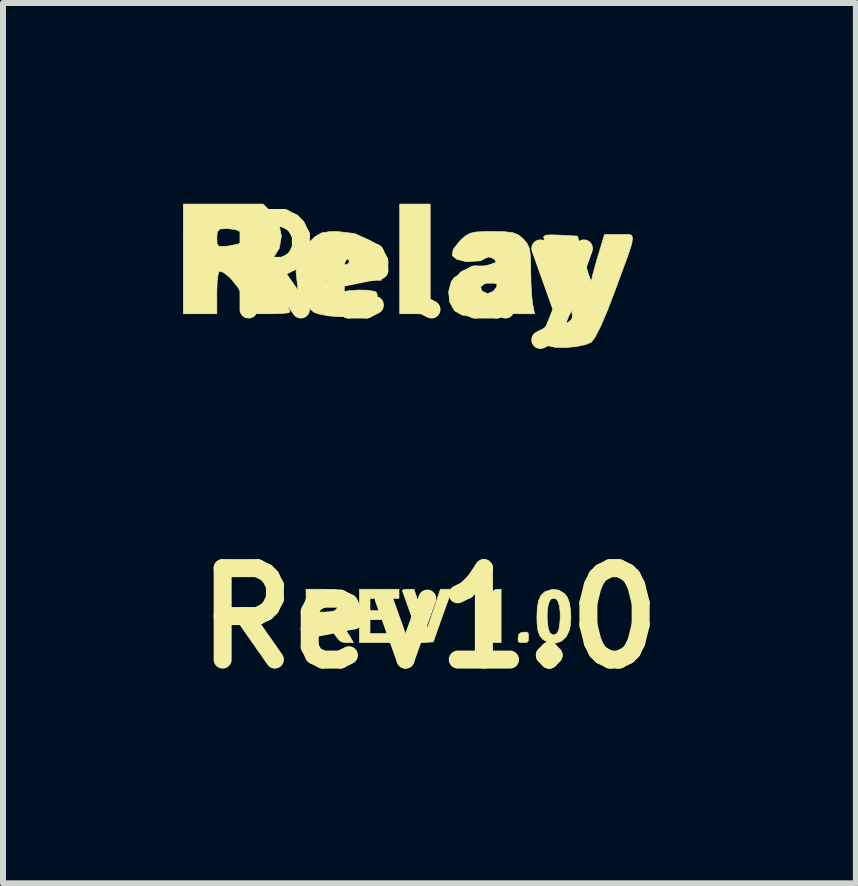
<source format=kicad_pcb>
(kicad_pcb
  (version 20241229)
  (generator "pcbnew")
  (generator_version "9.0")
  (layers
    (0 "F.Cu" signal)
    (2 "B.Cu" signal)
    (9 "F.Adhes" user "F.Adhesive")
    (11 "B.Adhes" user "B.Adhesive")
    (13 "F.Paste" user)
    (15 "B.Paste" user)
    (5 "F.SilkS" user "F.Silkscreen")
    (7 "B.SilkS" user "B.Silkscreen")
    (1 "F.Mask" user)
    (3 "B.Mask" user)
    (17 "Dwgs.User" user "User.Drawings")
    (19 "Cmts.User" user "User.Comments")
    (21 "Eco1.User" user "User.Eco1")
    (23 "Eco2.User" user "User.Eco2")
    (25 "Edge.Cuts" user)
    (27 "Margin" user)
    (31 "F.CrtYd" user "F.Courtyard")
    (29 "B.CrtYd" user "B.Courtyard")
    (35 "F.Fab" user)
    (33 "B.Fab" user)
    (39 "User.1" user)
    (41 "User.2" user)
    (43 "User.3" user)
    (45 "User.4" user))
  (footprint "Relay"
    (layer "F.Cu")
    (at 3.815 1.418)
    (property "Reference" "Relay" (at 0 0 0) (layer "F.SilkS") (effects (font (size 1.524 1.524) (thickness 0.3))))
    (attr through_hole)
    (fp_poly (pts (xy 0.305 0.762) (xy -0.203 0.762) (xy -0.203 -1.067) (xy 0.305 -1.067) (xy 0.305 0.762)) (stroke (width 0.01) (type solid)) (fill yes) (layer "F.SilkS"))
    (fp_poly (pts (xy -0.952 -0.575) (xy -0.729 -0.473) (xy -0.582 -0.305) (xy -0.513 -0.074) (xy -0.508 0.023) (xy -0.508 0.203) (xy -0.971 0.203) (xy -1.435 0.203) (xy -1.356 0.318) (xy -1.277 0.394) (xy -1.211 0.41) (xy -1.069 0.38) (xy -0.899 0.366) (xy -0.738 0.369) (xy -0.622 0.388) (xy -0.592 0.404) (xy -0.575 0.459) (xy -0.625 0.54) (xy -0.723 0.638) (xy -0.845 0.74) (xy -0.953 0.792) (xy -1.092 0.81) (xy -1.206 0.811) (xy -1.395 0.796) (xy -1.563 0.762) (xy -1.638 0.733) (xy -1.801 0.589) (xy -1.898 0.367) (xy -1.93 0.073) (xy -1.924 -0.1) (xy -1.919 -0.122) (xy -1.372 -0.122) (xy -1.325 -0.068) (xy -1.195 -0.051) (xy -1.077 -0.062) (xy -1.042 -0.1) (xy -1.047 -0.123) (xy -1.116 -0.203) (xy -1.218 -0.233) (xy -1.314 -0.214) (xy -1.369 -0.146) (xy -1.372 -0.122) (xy -1.919 -0.122) (xy -1.893 -0.217) (xy -1.82 -0.322) (xy -1.733 -0.412) (xy -1.61 -0.527) (xy -1.506 -0.586) (xy -1.377 -0.607) (xy -1.248 -0.61) (xy -0.952 -0.575)) (stroke (width 0.01) (type solid)) (fill yes) (layer "F.SilkS"))
    (fp_poly (pts (xy -2.333 -0.918) (xy -2.217 -0.74) (xy -2.175 -0.533) (xy -2.21 -0.331) (xy -2.309 -0.175) (xy -2.411 -0.09) (xy -2.494 -0.05) (xy -2.5 -0.049) (xy -2.524 -0.031) (xy -2.481 0.002) (xy -2.424 0.062) (xy -2.338 0.184) (xy -2.238 0.338) (xy -2.143 0.498) (xy -2.069 0.636) (xy -2.033 0.723) (xy -2.032 0.732) (xy -2.078 0.748) (xy -2.199 0.758) (xy -2.354 0.762) (xy -2.675 0.762) (xy -2.796 0.503) (xy -2.902 0.318) (xy -3.023 0.167) (xy -3.14 0.072) (xy -3.207 0.051) (xy -3.229 0.097) (xy -3.245 0.22) (xy -3.251 0.392) (xy -3.251 0.406) (xy -3.251 0.762) (xy -3.81 0.762) (xy -3.81 -0.501) (xy -3.251 -0.501) (xy -3.246 -0.402) (xy -3.211 -0.361) (xy -3.117 -0.361) (xy -3.042 -0.37) (xy -2.896 -0.401) (xy -2.791 -0.444) (xy -2.775 -0.457) (xy -2.759 -0.525) (xy -2.821 -0.591) (xy -2.938 -0.641) (xy -3.083 -0.66) (xy -3.198 -0.651) (xy -3.244 -0.602) (xy -3.251 -0.501) (xy -3.81 -0.501) (xy -3.81 -1.067) (xy -2.481 -1.067) (xy -2.333 -0.918)) (stroke (width 0.01) (type solid)) (fill yes) (layer "F.SilkS"))
    (fp_poly (pts (xy 3.622 -0.56) (xy 3.663 -0.544) (xy 3.678 -0.5) (xy 3.666 -0.416) (xy 3.625 -0.28) (xy 3.553 -0.08) (xy 3.451 0.197) (xy 3.374 0.406) (xy 3.256 0.714) (xy 3.15 0.962) (xy 3.061 1.138) (xy 2.997 1.229) (xy 2.994 1.232) (xy 2.892 1.277) (xy 2.735 1.308) (xy 2.558 1.325) (xy 2.397 1.322) (xy 2.287 1.299) (xy 2.269 1.287) (xy 2.246 1.217) (xy 2.235 1.093) (xy 2.235 1.08) (xy 2.242 0.964) (xy 2.28 0.925) (xy 2.373 0.937) (xy 2.376 0.937) (xy 2.537 0.933) (xy 2.616 0.896) (xy 2.655 0.862) (xy 2.674 0.82) (xy 2.669 0.753) (xy 2.638 0.643) (xy 2.575 0.474) (xy 2.479 0.227) (xy 2.477 0.221) (xy 2.383 -0.015) (xy 2.302 -0.224) (xy 2.24 -0.382) (xy 2.206 -0.469) (xy 2.205 -0.473) (xy 2.196 -0.524) (xy 2.231 -0.549) (xy 2.331 -0.554) (xy 2.466 -0.549) (xy 2.76 -0.533) (xy 2.874 -0.127) (xy 2.926 0.048) (xy 2.966 0.169) (xy 2.99 0.217) (xy 2.993 0.211) (xy 3.009 0.131) (xy 3.048 -0.015) (xy 3.1 -0.197) (xy 3.104 -0.208) (xy 3.21 -0.559) (xy 3.463 -0.559) (xy 3.554 -0.561) (xy 3.622 -0.56)) (stroke (width 0.01) (type solid)) (fill yes) (layer "F.SilkS"))
    (fp_poly (pts (xy 1.549 -0.606) (xy 1.682 -0.59) (xy 1.772 -0.555) (xy 1.848 -0.493) (xy 1.857 -0.485) (xy 1.92 -0.41) (xy 1.958 -0.326) (xy 1.976 -0.204) (xy 1.981 -0.015) (xy 1.981 0.042) (xy 1.985 0.258) (xy 1.996 0.454) (xy 2.011 0.592) (xy 2.013 0.603) (xy 2.045 0.762) (xy 1.789 0.762) (xy 1.625 0.751) (xy 1.528 0.72) (xy 1.512 0.702) (xy 1.469 0.675) (xy 1.374 0.724) (xy 1.37 0.727) (xy 1.208 0.795) (xy 1.015 0.812) (xy 0.832 0.781) (xy 0.711 0.711) (xy 0.63 0.568) (xy 0.612 0.392) (xy 0.633 0.314) (xy 1.145 0.314) (xy 1.166 0.378) (xy 1.169 0.382) (xy 1.258 0.427) (xy 1.358 0.386) (xy 1.426 0.299) (xy 1.45 0.224) (xy 1.401 0.203) (xy 1.395 0.203) (xy 1.285 0.227) (xy 1.213 0.258) (xy 1.145 0.314) (xy 0.633 0.314) (xy 0.656 0.227) (xy 0.705 0.159) (xy 0.807 0.094) (xy 0.967 0.03) (xy 1.073 0.000127) (xy 1.28 -0.052) (xy 1.4 -0.094) (xy 1.445 -0.133) (xy 1.427 -0.176) (xy 1.406 -0.196) (xy 1.331 -0.229) (xy 1.252 -0.178) (xy 1.251 -0.177) (xy 1.143 -0.121) (xy 0.965 -0.11) (xy 0.928 -0.111) (xy 0.753 -0.143) (xy 0.673 -0.208) (xy 0.688 -0.31) (xy 0.797 -0.449) (xy 0.805 -0.457) (xy 0.891 -0.535) (xy 0.973 -0.581) (xy 1.084 -0.603) (xy 1.253 -0.609) (xy 1.345 -0.61) (xy 1.549 -0.606)) (stroke (width 0.01) (type solid)) (fill yes) (layer "F.SilkS")))
  (footprint "Rev1.0"
    (layer "F.Cu")
    (at 4.108 7.254)
    (property "Reference" "Rev1.0" (at 0 0 0) (layer "F.SilkS") (effects (font (size 1.524 1.524) (thickness 0.3))))
    (attr through_hole)
    (fp_poly (pts (xy -0.508 -0.33) (xy -0.991 -0.33) (xy -0.991 -0.127) (xy -0.559 -0.127) (xy -0.559 0.025) (xy -0.991 0.025) (xy -0.991 0.254) (xy -0.508 0.254) (xy -0.508 0.406) (xy -1.168 0.406) (xy -1.168 -0.483) (xy -0.508 -0.483) (xy -0.508 -0.33)) (stroke (width 0.01) (type solid)) (fill yes) (layer "F.SilkS"))
    (fp_poly (pts (xy 1.646 0.251) (xy 1.651 0.305) (xy 1.651 0.316) (xy 1.647 0.376) (xy 1.626 0.401) (xy 1.571 0.406) (xy 1.56 0.406) (xy 1.501 0.403) (xy 1.477 0.384) (xy 1.477 0.334) (xy 1.478 0.324) (xy 1.49 0.266) (xy 1.523 0.241) (xy 1.568 0.233) (xy 1.623 0.232) (xy 1.646 0.251)) (stroke (width 0.01) (type solid)) (fill yes) (layer "F.SilkS"))
    (fp_poly (pts (xy 1.194 0.406) (xy 1.041 0.406) (xy 1.041 0.102) (xy 1.04 -0.016) (xy 1.037 -0.113) (xy 1.033 -0.178) (xy 1.028 -0.203) (xy 1.028 -0.203) (xy 0.999 -0.193) (xy 0.942 -0.166) (xy 0.913 -0.152) (xy 0.813 -0.101) (xy 0.813 -0.175) (xy 0.825 -0.236) (xy 0.871 -0.284) (xy 0.899 -0.303) (xy 0.967 -0.355) (xy 1.022 -0.412) (xy 1.027 -0.42) (xy 1.084 -0.471) (xy 1.131 -0.483) (xy 1.194 -0.483) (xy 1.194 0.406)) (stroke (width 0.01) (type solid)) (fill yes) (layer "F.SilkS"))
    (fp_poly (pts (xy -0.193 -0.286) (xy -0.154 -0.172) (xy -0.114 -0.059) (xy -0.082 0.031) (xy -0.08 0.036) (xy -0.032 0.16) (xy 0.075 -0.161) (xy 0.182 -0.483) (xy 0.376 -0.483) (xy 0.287 -0.235) (xy 0.24 -0.103) (xy 0.19 0.037) (xy 0.145 0.162) (xy 0.131 0.203) (xy 0.064 0.394) (xy -0.039 0.401) (xy -0.142 0.409) (xy -0.293 -0.016) (xy -0.343 -0.154) (xy -0.386 -0.276) (xy -0.421 -0.373) (xy -0.444 -0.438) (xy -0.453 -0.461) (xy -0.436 -0.475) (xy -0.384 -0.482) (xy -0.36 -0.483) (xy -0.258 -0.483) (xy -0.193 -0.286)) (stroke (width 0.01) (type solid)) (fill yes) (layer "F.SilkS"))
    (fp_poly (pts (xy 2.155 -0.469) (xy 2.248 -0.413) (xy 2.299 -0.349) (xy 2.33 -0.264) (xy 2.35 -0.147) (xy 2.357 -0.016) (xy 2.35 0.11) (xy 2.332 0.201) (xy 2.278 0.31) (xy 2.197 0.384) (xy 2.098 0.417) (xy 1.991 0.406) (xy 1.964 0.395) (xy 1.888 0.351) (xy 1.837 0.29) (xy 1.807 0.204) (xy 1.793 0.083) (xy 1.791 -0.012) (xy 1.791 -0.029) (xy 1.961 -0.029) (xy 1.966 0.078) (xy 1.98 0.171) (xy 2.001 0.234) (xy 2.007 0.242) (xy 2.048 0.274) (xy 2.07 0.279) (xy 2.112 0.262) (xy 2.133 0.242) (xy 2.156 0.188) (xy 2.171 0.1) (xy 2.179 -0.006) (xy 2.177 -0.113) (xy 2.165 -0.206) (xy 2.161 -0.222) (xy 2.137 -0.292) (xy 2.109 -0.323) (xy 2.07 -0.33) (xy 2.028 -0.321) (xy 2.001 -0.286) (xy 1.979 -0.222) (xy 1.965 -0.135) (xy 1.961 -0.029) (xy 1.791 -0.029) (xy 1.797 -0.174) (xy 1.819 -0.295) (xy 1.857 -0.379) (xy 1.914 -0.435) (xy 1.933 -0.446) (xy 2.047 -0.481) (xy 2.155 -0.469)) (stroke (width 0.01) (type solid)) (fill yes) (layer "F.SilkS"))
    (fp_poly (pts (xy -1.656 -0.482) (xy -1.572 -0.478) (xy -1.515 -0.469) (xy -1.474 -0.453) (xy -1.438 -0.428) (xy -1.424 -0.417) (xy -1.371 -0.361) (xy -1.349 -0.299) (xy -1.346 -0.245) (xy -1.365 -0.13) (xy -1.419 -0.044) (xy -1.487 0.000312) (xy -1.546 0.023) (xy -1.465 0.112) (xy -1.399 0.194) (xy -1.338 0.284) (xy -1.326 0.304) (xy -1.268 0.406) (xy -1.377 0.406) (xy -1.432 0.403) (xy -1.472 0.391) (xy -1.509 0.361) (xy -1.554 0.305) (xy -1.608 0.228) (xy -1.672 0.139) (xy -1.718 0.086) (xy -1.757 0.059) (xy -1.797 0.051) (xy -1.805 0.051) (xy -1.88 0.051) (xy -1.88 0.406) (xy -2.057 0.406) (xy -2.057 -0.33) (xy -1.88 -0.33) (xy -1.88 -0.102) (xy -1.751 -0.102) (xy -1.666 -0.107) (xy -1.595 -0.12) (xy -1.573 -0.128) (xy -1.534 -0.174) (xy -1.526 -0.238) (xy -1.551 -0.296) (xy -1.554 -0.3) (xy -1.595 -0.316) (xy -1.668 -0.327) (xy -1.732 -0.33) (xy -1.88 -0.33) (xy -2.057 -0.33) (xy -2.057 -0.483) (xy -1.78 -0.483) (xy -1.656 -0.482)) (stroke (width 0.01) (type solid)) (fill yes) (layer "F.SilkS")))
  (gr_rect
    (start -3 -3)
    (end 11.215 11.672)
    (stroke (width 0.1) (type default))
    (fill no)
    (layer "Edge.Cuts")))
</source>
